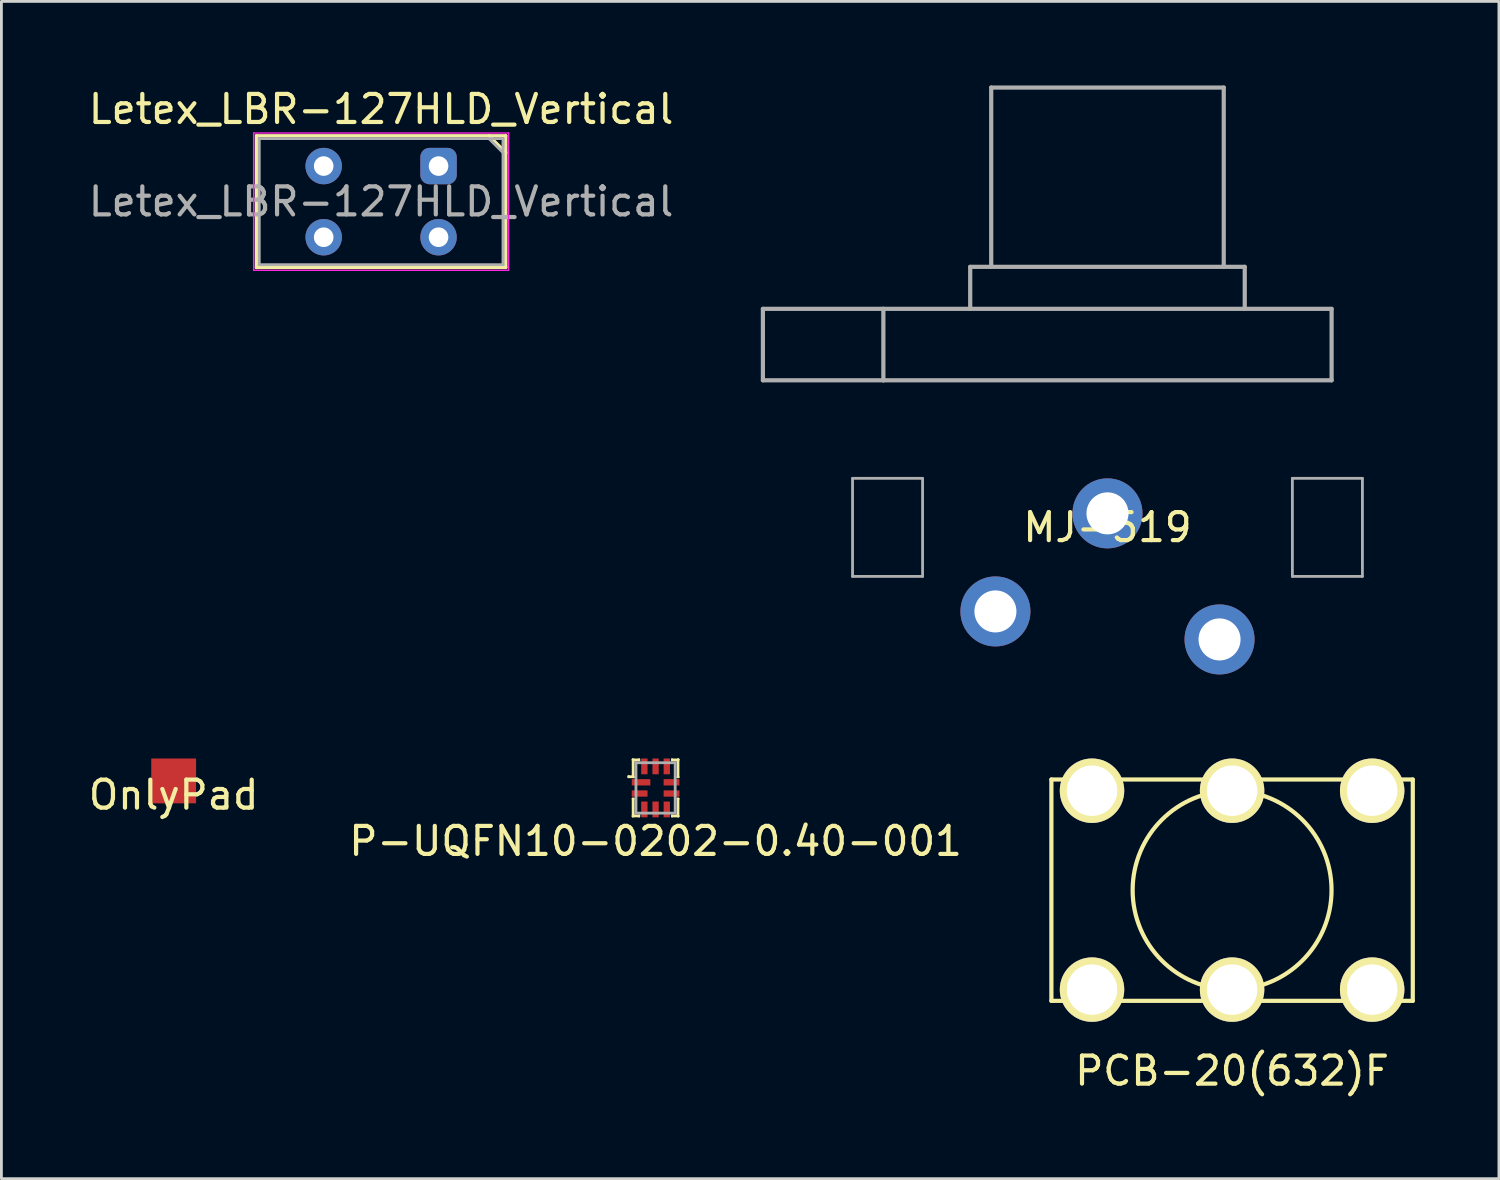
<source format=kicad_pcb>
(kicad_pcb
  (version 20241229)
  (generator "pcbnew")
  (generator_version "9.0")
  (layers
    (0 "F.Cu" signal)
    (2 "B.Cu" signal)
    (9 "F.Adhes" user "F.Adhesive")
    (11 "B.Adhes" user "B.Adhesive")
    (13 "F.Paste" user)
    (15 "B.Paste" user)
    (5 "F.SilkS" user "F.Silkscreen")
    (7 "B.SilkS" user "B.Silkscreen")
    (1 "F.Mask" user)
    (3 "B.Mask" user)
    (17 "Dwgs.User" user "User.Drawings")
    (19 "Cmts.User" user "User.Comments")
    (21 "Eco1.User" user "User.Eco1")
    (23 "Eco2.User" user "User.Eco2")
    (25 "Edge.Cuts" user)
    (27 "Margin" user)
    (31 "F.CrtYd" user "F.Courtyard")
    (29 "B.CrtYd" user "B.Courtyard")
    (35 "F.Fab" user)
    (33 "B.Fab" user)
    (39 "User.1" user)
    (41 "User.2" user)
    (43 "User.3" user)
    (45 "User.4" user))
  (footprint "MJ-519"
    (layer "F.Cu")
    (at 36.482 7.975)
    (property "Reference" "MJ-519" (at 0 7.8 0) (layer "F.SilkS") (effects (font (size 1 1) (thickness 0.15))))
    (attr through_hole)
    (fp_line (start -12.3 0) (end -12.3 2.55) (stroke (width 0.15) (type solid)) (layer "F.Fab"))
    (fp_line (start -12.3 0) (end -8 0) (stroke (width 0.15) (type solid)) (layer "F.Fab"))
    (fp_line (start -12.3 2.55) (end -8 2.55) (stroke (width 0.15) (type solid)) (layer "F.Fab"))
    (fp_line (start -9.1 6.05) (end -9.1 9.55) (stroke (width 0.1) (type solid)) (layer "F.Fab"))
    (fp_line (start -9.1 6.05) (end -6.6 6.05) (stroke (width 0.1) (type solid)) (layer "F.Fab"))
    (fp_line (start -9.1 9.55) (end -6.6 9.55) (stroke (width 0.1) (type solid)) (layer "F.Fab"))
    (fp_line (start -8 0) (end -8 2.55) (stroke (width 0.15) (type solid)) (layer "F.Fab"))
    (fp_line (start -8 0) (end 8 0) (stroke (width 0.15) (type solid)) (layer "F.Fab"))
    (fp_line (start -6.6 6.05) (end -6.6 9.55) (stroke (width 0.1) (type solid)) (layer "F.Fab"))
    (fp_line (start -4.9 -1.5) (end -4.9 0) (stroke (width 0.15) (type solid)) (layer "F.Fab"))
    (fp_line (start -4.9 -1.5) (end 4.9 -1.5) (stroke (width 0.15) (type solid)) (layer "F.Fab"))
    (fp_line (start -4.15 -7.9) (end -4.15 -1.5) (stroke (width 0.15) (type solid)) (layer "F.Fab"))
    (fp_line (start -4.15 -7.9) (end 4.15 -7.9) (stroke (width 0.15) (type solid)) (layer "F.Fab"))
    (fp_line (start 4.15 -7.9) (end 4.15 -1.5) (stroke (width 0.15) (type solid)) (layer "F.Fab"))
    (fp_line (start 4.9 -1.5) (end 4.9 0) (stroke (width 0.15) (type solid)) (layer "F.Fab"))
    (fp_line (start 6.6 6.05) (end 6.6 9.55) (stroke (width 0.1) (type solid)) (layer "F.Fab"))
    (fp_line (start 6.6 6.05) (end 9.1 6.05) (stroke (width 0.1) (type solid)) (layer "F.Fab"))
    (fp_line (start 6.6 9.55) (end 9.1 9.55) (stroke (width 0.1) (type solid)) (layer "F.Fab"))
    (fp_line (start 8 0) (end 8 2.55) (stroke (width 0.15) (type solid)) (layer "F.Fab"))
    (fp_line (start 8 2.55) (end -8 2.55) (stroke (width 0.15) (type solid)) (layer "F.Fab"))
    (fp_line (start 9.1 6.05) (end 9.1 9.55) (stroke (width 0.1) (type solid)) (layer "F.Fab"))
    (pad "1" thru_hole circle (at 0 7.3) (size 2.5 2.5) (drill 1.5) (layers "*.Cu" "*.Mask"))
    (pad "2" thru_hole circle (at -4 10.8) (size 2.5 2.5) (drill 1.5) (layers "*.Cu" "*.Mask"))
    (pad "3" thru_hole circle (at 4 11.8) (size 2.5 2.5) (drill 1.5) (layers "*.Cu" "*.Mask")))
  (footprint "Letex_LBR-127HLD_Vertical"
    (layer "F.Cu")
    (at 10.554 4.148)
    (property "Reference" "Letex_LBR-127HLD_Vertical" (at 0 -3.3 0) (layer "F.SilkS") (effects (font (size 1 1) (thickness 0.15))))
    (attr smd)
    (fp_line (start -4.45 -2.35) (end -4.45 2.35) (stroke (width 0.12) (type solid)) (layer "F.SilkS"))
    (fp_line (start 3.85 -2.35) (end 4.45 -1.75) (stroke (width 0.12) (type solid)) (layer "F.SilkS"))
    (fp_line (start 4.45 -2.35) (end -4.45 -2.35) (stroke (width 0.12) (type solid)) (layer "F.SilkS"))
    (fp_line (start 4.45 -2.35) (end 4.45 2.35) (stroke (width 0.12) (type solid)) (layer "F.SilkS"))
    (fp_line (start 4.45 2.35) (end -4.45 2.35) (stroke (width 0.12) (type solid)) (layer "F.SilkS"))
    (fp_line (start -4.55 -2.45) (end -4.55 2.45) (stroke (width 0.05) (type solid)) (layer "F.CrtYd"))
    (fp_line (start -4.55 -2.45) (end 4.55 -2.45) (stroke (width 0.05) (type solid)) (layer "F.CrtYd"))
    (fp_line (start -4.55 2.45) (end 4.55 2.45) (stroke (width 0.05) (type solid)) (layer "F.CrtYd"))
    (fp_line (start 4.55 2.45) (end 4.55 -2.45) (stroke (width 0.05) (type solid)) (layer "F.CrtYd"))
    (fp_line (start -4.35 -2.25) (end 4.35 -2.25) (stroke (width 0.1) (type solid)) (layer "F.Fab"))
    (fp_line (start -4.35 2.25) (end -4.35 -2.25) (stroke (width 0.1) (type solid)) (layer "F.Fab"))
    (fp_line (start 3.85 -2.25) (end 4.35 -1.75) (stroke (width 0.1) (type solid)) (layer "F.Fab"))
    (fp_line (start 4.35 -2.25) (end 4.35 2.25) (stroke (width 0.1) (type solid)) (layer "F.Fab"))
    (fp_line (start 4.35 2.25) (end -4.35 2.25) (stroke (width 0.1) (type solid)) (layer "F.Fab"))
    (fp_text user "${REFERENCE}" (at 0 0 0) (layer "F.Fab") (effects (font (size 1 1) (thickness 0.15))))
    (pad "1" thru_hole roundrect (at 2.05 -1.27) (size 1.3 1.3) (drill 0.7) (layers "*.Cu" "*.Mask") (roundrect_rratio 0.25))
    (pad "2" thru_hole circle (at 2.05 1.27) (size 1.3 1.3) (drill 0.7) (layers "*.Cu" "*.Mask"))
    (pad "3" thru_hole circle (at -2.05 -1.27) (size 1.3 1.3) (drill 0.7) (layers "*.Cu" "*.Mask"))
    (pad "4" thru_hole circle (at -2.05 1.27) (size 1.3 1.3) (drill 0.7) (layers "*.Cu" "*.Mask")))
  (footprint "P-UQFN10-0202-0.40-001"
    (layer "F.Cu")
    (at 20.351 25.075)
    (property "Reference" "P-UQFN10-0202-0.40-001" (at 0 1.9 0) (layer "F.SilkS") (effects (font (size 1 1) (thickness 0.15))))
    (attr through_hole)
    (fp_line (start -0.975 -0.425) (end -0.975 -0.375) (stroke (width 0.05) (type solid)) (layer "F.SilkS"))
    (fp_line (start -0.975 -0.375) (end -0.95 -0.375) (stroke (width 0.05) (type solid)) (layer "F.SilkS"))
    (fp_line (start -0.95 -0.425) (end -0.975 -0.425) (stroke (width 0.05) (type solid)) (layer "F.SilkS"))
    (fp_line (start -0.825 -1.025) (end -0.8 -1.025) (stroke (width 0.05) (type solid)) (layer "F.SilkS"))
    (fp_line (start -0.825 -1) (end -0.825 -1.025) (stroke (width 0.05) (type solid)) (layer "F.SilkS"))
    (fp_line (start -0.825 0.375) (end -0.775 0.375) (stroke (width 0.05) (type solid)) (layer "F.SilkS"))
    (fp_line (start -0.825 0.4) (end -0.825 0.375) (stroke (width 0.05) (type solid)) (layer "F.SilkS"))
    (fp_line (start -0.825 1) (end -0.825 1.025) (stroke (width 0.05) (type solid)) (layer "F.SilkS"))
    (fp_line (start -0.825 1.025) (end -0.8 1.025) (stroke (width 0.05) (type solid)) (layer "F.SilkS"))
    (fp_line (start -0.8 -1) (end -0.8 -0.4) (stroke (width 0.1) (type solid)) (layer "F.SilkS"))
    (fp_line (start -0.8 -0.4) (end -0.95 -0.4) (stroke (width 0.1) (type solid)) (layer "F.SilkS"))
    (fp_line (start -0.8 -0.375) (end -0.775 -0.375) (stroke (width 0.05) (type solid)) (layer "F.SilkS"))
    (fp_line (start -0.8 0.4) (end -0.8 1) (stroke (width 0.1) (type solid)) (layer "F.SilkS"))
    (fp_line (start -0.8 1) (end -0.6 1) (stroke (width 0.1) (type solid)) (layer "F.SilkS"))
    (fp_line (start -0.775 -0.375) (end -0.775 -0.4) (stroke (width 0.05) (type solid)) (layer "F.SilkS"))
    (fp_line (start -0.775 0.375) (end -0.775 0.4) (stroke (width 0.05) (type solid)) (layer "F.SilkS"))
    (fp_line (start -0.6 -1.025) (end -0.575 -1.025) (stroke (width 0.05) (type solid)) (layer "F.SilkS"))
    (fp_line (start -0.6 -1) (end -0.8 -1) (stroke (width 0.1) (type solid)) (layer "F.SilkS"))
    (fp_line (start -0.6 0.975) (end -0.575 0.975) (stroke (width 0.05) (type solid)) (layer "F.SilkS"))
    (fp_line (start -0.575 -1.025) (end -0.575 -0.975) (stroke (width 0.05) (type solid)) (layer "F.SilkS"))
    (fp_line (start -0.575 -0.975) (end -0.6 -0.975) (stroke (width 0.05) (type solid)) (layer "F.SilkS"))
    (fp_line (start -0.575 0.975) (end -0.575 1.025) (stroke (width 0.05) (type solid)) (layer "F.SilkS"))
    (fp_line (start -0.575 1.025) (end -0.6 1.025) (stroke (width 0.05) (type solid)) (layer "F.SilkS"))
    (fp_line (start 0.575 -1.025) (end 0.575 -0.975) (stroke (width 0.05) (type solid)) (layer "F.SilkS"))
    (fp_line (start 0.575 -0.975) (end 0.6 -0.975) (stroke (width 0.05) (type solid)) (layer "F.SilkS"))
    (fp_line (start 0.575 0.975) (end 0.575 1.025) (stroke (width 0.05) (type solid)) (layer "F.SilkS"))
    (fp_line (start 0.575 1.025) (end 0.6 1.025) (stroke (width 0.05) (type solid)) (layer "F.SilkS"))
    (fp_line (start 0.6 -1.025) (end 0.575 -1.025) (stroke (width 0.05) (type solid)) (layer "F.SilkS"))
    (fp_line (start 0.6 -1) (end 0.8 -1) (stroke (width 0.1) (type solid)) (layer "F.SilkS"))
    (fp_line (start 0.6 0.975) (end 0.575 0.975) (stroke (width 0.05) (type solid)) (layer "F.SilkS"))
    (fp_line (start 0.775 -0.4) (end 0.775 -0.375) (stroke (width 0.05) (type solid)) (layer "F.SilkS"))
    (fp_line (start 0.775 -0.375) (end 0.825 -0.375) (stroke (width 0.05) (type solid)) (layer "F.SilkS"))
    (fp_line (start 0.775 0.375) (end 0.825 0.375) (stroke (width 0.05) (type solid)) (layer "F.SilkS"))
    (fp_line (start 0.775 0.4) (end 0.775 0.375) (stroke (width 0.05) (type solid)) (layer "F.SilkS"))
    (fp_line (start 0.8 -1.025) (end 0.825 -1.025) (stroke (width 0.05) (type solid)) (layer "F.SilkS"))
    (fp_line (start 0.8 -1) (end 0.8 -0.4) (stroke (width 0.1) (type solid)) (layer "F.SilkS"))
    (fp_line (start 0.8 0.4) (end 0.8 1) (stroke (width 0.1) (type solid)) (layer "F.SilkS"))
    (fp_line (start 0.8 1) (end 0.6 1) (stroke (width 0.1) (type solid)) (layer "F.SilkS"))
    (fp_line (start 0.825 -1.025) (end 0.825 -1) (stroke (width 0.05) (type solid)) (layer "F.SilkS"))
    (fp_line (start 0.825 -0.375) (end 0.825 -0.4) (stroke (width 0.05) (type solid)) (layer "F.SilkS"))
    (fp_line (start 0.825 0.375) (end 0.825 0.4) (stroke (width 0.05) (type solid)) (layer "F.SilkS"))
    (fp_line (start 0.825 1) (end 0.825 1.025) (stroke (width 0.05) (type solid)) (layer "F.SilkS"))
    (fp_line (start 0.825 1.025) (end 0.8 1.025) (stroke (width 0.05) (type solid)) (layer "F.SilkS"))
    (fp_line (start -0.7 -0.9) (end -0.7 0.9) (stroke (width 0.1) (type solid)) (layer "F.Fab"))
    (fp_line (start -0.7 -0.9) (end 0.7 -0.9) (stroke (width 0.1) (type solid)) (layer "F.Fab"))
    (fp_line (start -0.7 0.9) (end 0.7 0.9) (stroke (width 0.1) (type solid)) (layer "F.Fab"))
    (fp_line (start 0.7 -0.9) (end 0.7 0.9) (stroke (width 0.1) (type solid)) (layer "F.Fab"))
    (pad "1" smd rect (at -0.518 -0.2) (size 0.663 0.225) (layers "F.Cu" "F.Mask" "F.Paste"))
    (pad "2" smd rect (at -0.569 0.2) (size 0.563 0.225) (layers "F.Cu" "F.Mask" "F.Paste"))
    (pad "3" smd rect (at -0.4 0.768 90) (size 0.563 0.225) (layers "F.Cu" "F.Mask" "F.Paste"))
    (pad "4" smd rect (at 0 0.768 90) (size 0.563 0.225) (layers "F.Cu" "F.Mask" "F.Paste"))
    (pad "5" smd rect (at 0.4 0.768 90) (size 0.563 0.225) (layers "F.Cu" "F.Mask" "F.Paste"))
    (pad "6" smd rect (at 0.569 0.2) (size 0.563 0.225) (layers "F.Cu" "F.Mask" "F.Paste"))
    (pad "7" smd rect (at 0.569 -0.2) (size 0.563 0.225) (layers "F.Cu" "F.Mask" "F.Paste"))
    (pad "8" smd rect (at 0.4 -0.768 90) (size 0.563 0.225) (layers "F.Cu" "F.Mask" "F.Paste"))
    (pad "9" smd rect (at 0 -0.768 90) (size 0.563 0.225) (layers "F.Cu" "F.Mask" "F.Paste"))
    (pad "10" smd rect (at -0.4 -0.768 90) (size 0.563 0.225) (layers "F.Cu" "F.Mask" "F.Paste")))
  (footprint "PCB-20(632)F"
    (layer "F.Cu")
    (at 40.93 28.725)
    (property "Reference" "PCB-20(632)F" (at 0 6.45 0) (layer "F.SilkS") (effects (font (size 1 1) (thickness 0.15))))
    (attr through_hole)
    (fp_line (start -6.45 -3.95) (end 6.45 -3.95) (stroke (width 0.15) (type solid)) (layer "F.SilkS"))
    (fp_line (start -6.45 3.95) (end -6.45 -3.95) (stroke (width 0.15) (type solid)) (layer "F.SilkS"))
    (fp_line (start 6.45 -3.95) (end 6.45 3.95) (stroke (width 0.15) (type solid)) (layer "F.SilkS"))
    (fp_line (start 6.45 3.95) (end -6.45 3.95) (stroke (width 0.15) (type solid)) (layer "F.SilkS"))
    (fp_circle (center 0 0) (end 0 3.55) (stroke (width 0.15) (type solid)) (fill no) (layer "F.SilkS"))
    (pad "1" thru_hole circle (at -5 -3.55) (size 2.3 2.3) (drill 1.8) (layers "*.Cu" "*.Mask" "F.SilkS"))
    (pad "1" thru_hole circle (at -5 3.55) (size 2.3 2.3) (drill 1.8) (layers "*.Cu" "*.Mask" "F.SilkS"))
    (pad "1" thru_hole circle (at 0 -3.55) (size 2.3 2.3) (drill 1.8) (layers "*.Cu" "*.Mask" "F.SilkS"))
    (pad "1" thru_hole circle (at 0 3.55) (size 2.3 2.3) (drill 1.8) (layers "*.Cu" "*.Mask" "F.SilkS"))
    (pad "1" thru_hole circle (at 5 -3.55) (size 2.3 2.3) (drill 1.8) (layers "*.Cu" "*.Mask" "F.SilkS"))
    (pad "1" thru_hole circle (at 5 3.55) (size 2.3 2.3) (drill 1.8) (layers "*.Cu" "*.Mask" "F.SilkS")))
  (footprint "OnlyPad"
    (layer "F.Cu")
    (at 3.149 24.825)
    (property "Reference" "OnlyPad" (at 0 0.5 0) (layer "F.SilkS") (effects (font (size 1 1) (thickness 0.15))))
    (attr through_hole)
    (pad "1" connect rect (at 0 0) (size 1.6 1.6) (layers "F.Cu" "F.Mask")))
  (gr_rect
    (start -3 -3)
    (end 50.455 39.023)
    (stroke (width 0.1) (type default))
    (fill no)
    (layer "Edge.Cuts")))
</source>
